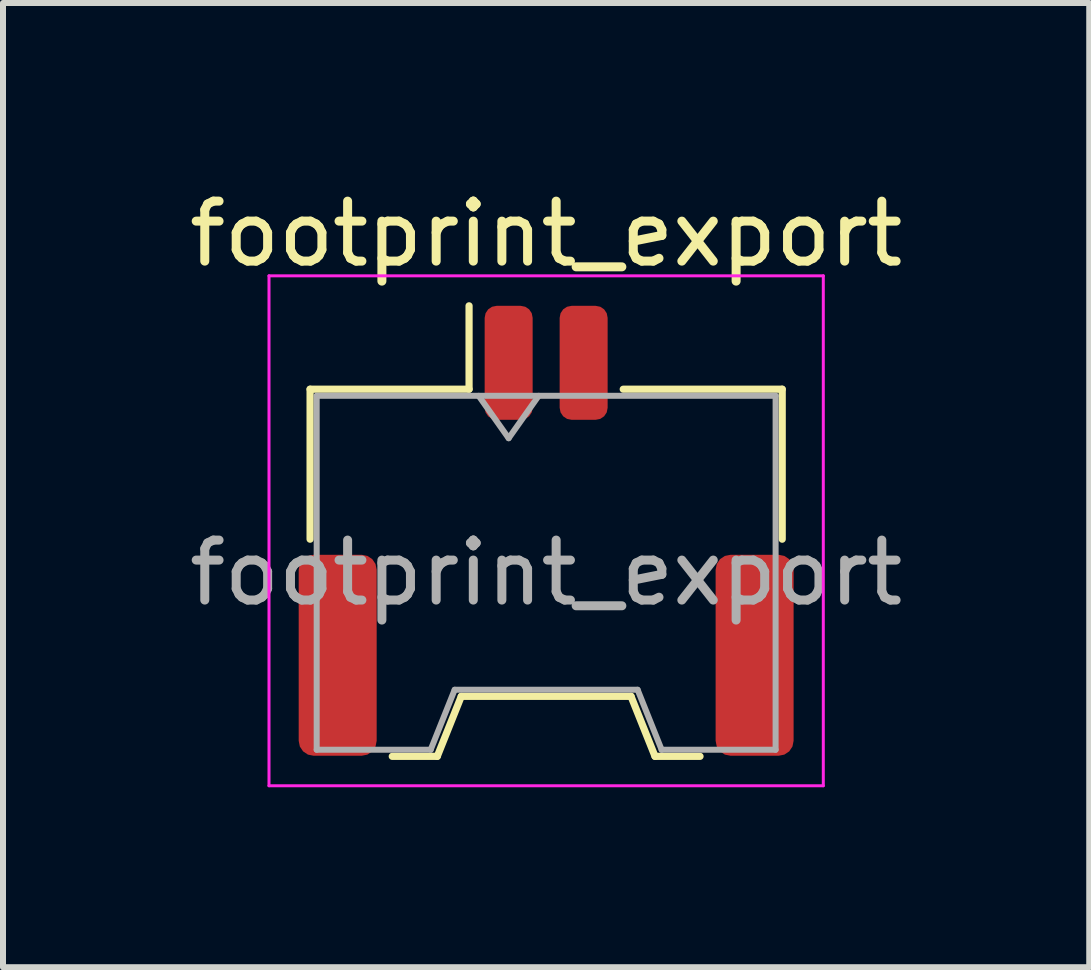
<source format=kicad_pcb>
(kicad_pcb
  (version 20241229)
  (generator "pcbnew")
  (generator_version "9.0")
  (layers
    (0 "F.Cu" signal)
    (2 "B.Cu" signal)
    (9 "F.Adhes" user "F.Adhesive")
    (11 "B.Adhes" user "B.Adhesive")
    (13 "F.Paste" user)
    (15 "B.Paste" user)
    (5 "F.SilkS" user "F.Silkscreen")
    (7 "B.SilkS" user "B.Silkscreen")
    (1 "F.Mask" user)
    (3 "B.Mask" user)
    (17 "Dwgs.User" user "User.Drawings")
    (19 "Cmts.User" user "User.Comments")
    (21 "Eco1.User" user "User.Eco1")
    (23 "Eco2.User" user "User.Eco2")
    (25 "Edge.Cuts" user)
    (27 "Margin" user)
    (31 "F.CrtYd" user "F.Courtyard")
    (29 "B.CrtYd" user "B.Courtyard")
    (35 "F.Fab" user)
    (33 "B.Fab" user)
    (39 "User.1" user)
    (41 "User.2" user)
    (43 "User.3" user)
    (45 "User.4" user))
  (footprint "footprint_export"
    (layer "F.Cu")
    (at 6.054 5.798)
    (property "Reference" "footprint_export" (at 0 -4.95 0) (layer "F.SilkS") (effects (font (size 1 1) (thickness 0.15))))
    (attr smd)
    (fp_line (start -3.935 -2.36) (end -1.285 -2.36) (stroke (width 0.12) (type solid)) (layer "F.SilkS"))
    (fp_line (start -3.935 0.14) (end -3.935 -2.36) (stroke (width 0.12) (type solid)) (layer "F.SilkS"))
    (fp_line (start -2.565 3.76) (end -1.815 3.76) (stroke (width 0.12) (type solid)) (layer "F.SilkS"))
    (fp_line (start -1.815 3.76) (end -1.415 2.76) (stroke (width 0.12) (type solid)) (layer "F.SilkS"))
    (fp_line (start -1.415 2.76) (end 1.415 2.76) (stroke (width 0.12) (type solid)) (layer "F.SilkS"))
    (fp_line (start -1.285 -2.36) (end -1.285 -3.75) (stroke (width 0.12) (type solid)) (layer "F.SilkS"))
    (fp_line (start 1.415 2.76) (end 1.815 3.76) (stroke (width 0.12) (type solid)) (layer "F.SilkS"))
    (fp_line (start 1.815 3.76) (end 2.565 3.76) (stroke (width 0.12) (type solid)) (layer "F.SilkS"))
    (fp_line (start 3.935 -2.36) (end 1.285 -2.36) (stroke (width 0.12) (type solid)) (layer "F.SilkS"))
    (fp_line (start 3.935 0.14) (end 3.935 -2.36) (stroke (width 0.12) (type solid)) (layer "F.SilkS"))
    (fp_line (start -4.62 -4.25) (end -4.62 4.25) (stroke (width 0.05) (type solid)) (layer "F.CrtYd"))
    (fp_line (start -4.62 4.25) (end 4.62 4.25) (stroke (width 0.05) (type solid)) (layer "F.CrtYd"))
    (fp_line (start 4.62 -4.25) (end -4.62 -4.25) (stroke (width 0.05) (type solid)) (layer "F.CrtYd"))
    (fp_line (start 4.62 4.25) (end 4.62 -4.25) (stroke (width 0.05) (type solid)) (layer "F.CrtYd"))
    (fp_line (start -3.825 -2.25) (end -3.825 3.65) (stroke (width 0.1) (type solid)) (layer "F.Fab"))
    (fp_line (start -3.825 -2.25) (end 3.825 -2.25) (stroke (width 0.1) (type solid)) (layer "F.Fab"))
    (fp_line (start -3.825 3.65) (end -1.925 3.65) (stroke (width 0.1) (type solid)) (layer "F.Fab"))
    (fp_line (start -1.925 3.65) (end -1.525 2.65) (stroke (width 0.1) (type solid)) (layer "F.Fab"))
    (fp_line (start -1.525 2.65) (end 1.525 2.65) (stroke (width 0.1) (type solid)) (layer "F.Fab"))
    (fp_line (start -1.125 -2.25) (end -0.625 -1.543) (stroke (width 0.1) (type solid)) (layer "F.Fab"))
    (fp_line (start -0.625 -1.543) (end -0.125 -2.25) (stroke (width 0.1) (type solid)) (layer "F.Fab"))
    (fp_line (start 1.525 2.65) (end 1.925 3.65) (stroke (width 0.1) (type solid)) (layer "F.Fab"))
    (fp_line (start 1.925 3.65) (end 3.825 3.65) (stroke (width 0.1) (type solid)) (layer "F.Fab"))
    (fp_line (start 3.825 -2.25) (end 3.825 3.65) (stroke (width 0.1) (type solid)) (layer "F.Fab"))
    (fp_text user "${REFERENCE}" (at 0 0.7 0) (layer "F.Fab") (effects (font (size 1 1) (thickness 0.15))))
    (pad "1" smd roundrect (at -0.625 -2.8) (size 0.8 1.9) (layers "F.Cu" "F.Mask" "F.Paste") (roundrect_rratio 0.25))
    (pad "2" smd roundrect (at 0.625 -2.8) (size 0.8 1.9) (layers "F.Cu" "F.Mask" "F.Paste") (roundrect_rratio 0.25))
    (pad "MP" smd roundrect (at -3.475 2.075) (size 1.3 3.35) (layers "F.Cu" "F.Mask" "F.Paste") (roundrect_rratio 0.192))
    (pad "MP" smd roundrect (at 3.475 2.075) (size 1.3 3.35) (layers "F.Cu" "F.Mask" "F.Paste") (roundrect_rratio 0.192)))
  (gr_rect
    (start -3 -3)
    (end 15.107 13.073)
    (stroke (width 0.1) (type default))
    (fill no)
    (layer "Edge.Cuts")))
</source>
